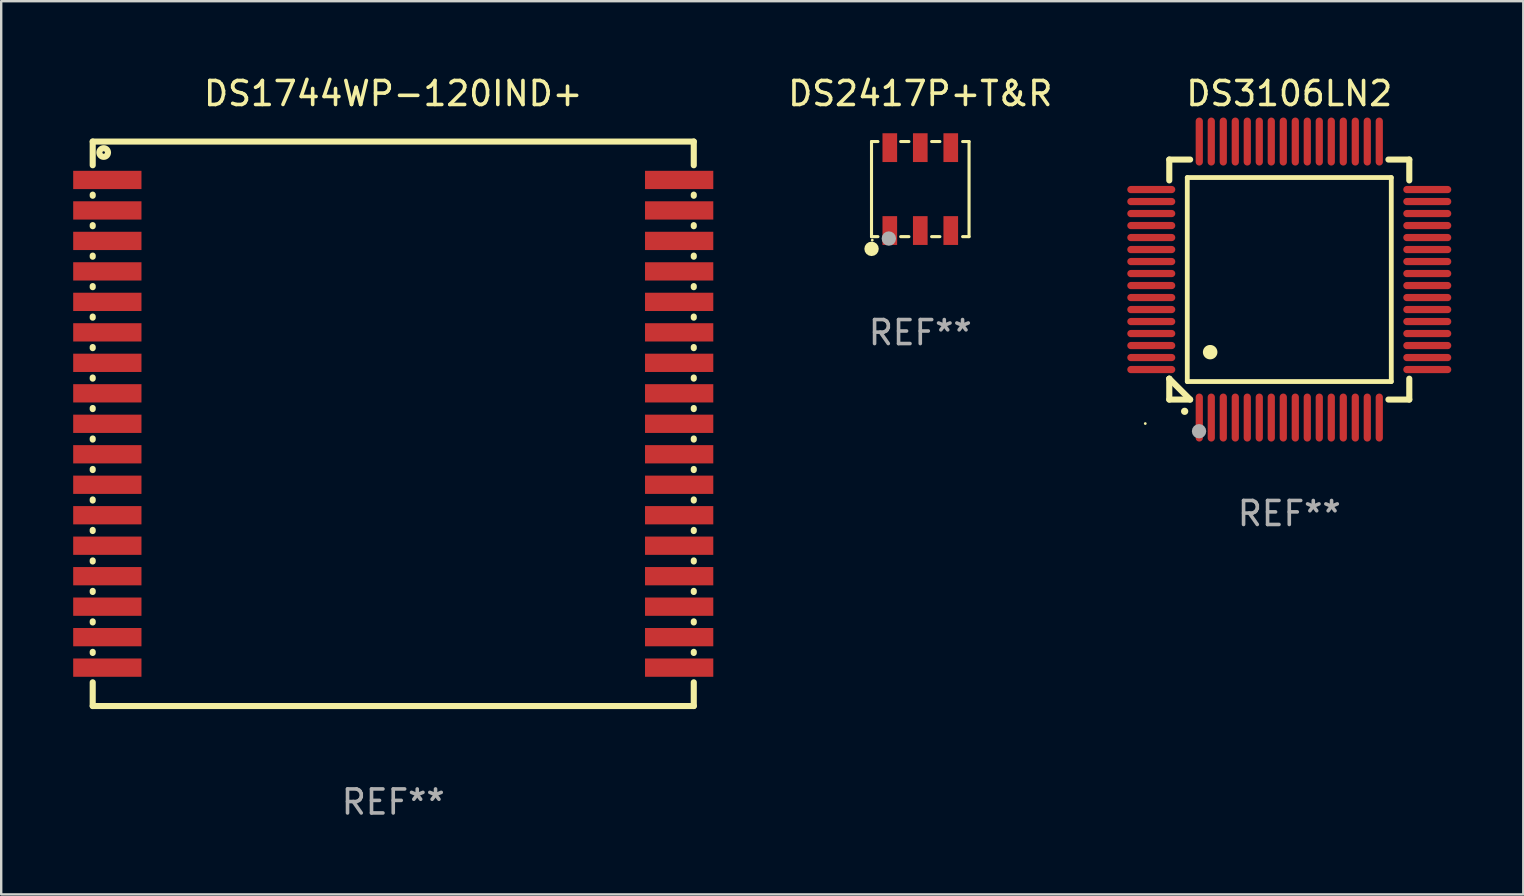
<source format=kicad_pcb>
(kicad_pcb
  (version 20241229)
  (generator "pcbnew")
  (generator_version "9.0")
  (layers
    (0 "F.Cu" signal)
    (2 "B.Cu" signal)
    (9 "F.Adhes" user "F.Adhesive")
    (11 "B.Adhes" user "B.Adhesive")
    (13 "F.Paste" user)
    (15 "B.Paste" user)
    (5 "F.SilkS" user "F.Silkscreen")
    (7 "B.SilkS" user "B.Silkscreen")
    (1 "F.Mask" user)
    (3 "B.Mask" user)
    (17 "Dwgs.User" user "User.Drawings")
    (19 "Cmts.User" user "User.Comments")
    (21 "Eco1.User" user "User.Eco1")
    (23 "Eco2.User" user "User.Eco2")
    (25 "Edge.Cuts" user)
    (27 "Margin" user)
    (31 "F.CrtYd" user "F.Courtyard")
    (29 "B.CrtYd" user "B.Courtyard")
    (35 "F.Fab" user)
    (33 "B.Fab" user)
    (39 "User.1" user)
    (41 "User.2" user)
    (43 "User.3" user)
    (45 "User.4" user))
  (footprint "DS2417P+T&R"
    (layer "F.Cu")
    (at 35.295 4.829)
    (property "Reference" "DS2417P+T&R" (at 0 -3.981 0) (layer "F.SilkS") (effects (font (size 1 1) (thickness 0.15))))
    (attr through_hole)
    (fp_line (start -2.032 -1.981) (end -2.032 1.981) (stroke (width 0.129) (type solid)) (layer "F.SilkS"))
    (fp_line (start -1.764 -1.981) (end -2.032 -1.981) (stroke (width 0.129) (type solid)) (layer "F.SilkS"))
    (fp_line (start -1.764 1.981) (end -2.032 1.981) (stroke (width 0.129) (type solid)) (layer "F.SilkS"))
    (fp_line (start -0.473 -1.981) (end -0.817 -1.981) (stroke (width 0.129) (type solid)) (layer "F.SilkS"))
    (fp_line (start -0.473 1.981) (end -0.817 1.981) (stroke (width 0.129) (type solid)) (layer "F.SilkS"))
    (fp_line (start 0.817 -1.981) (end 0.473 -1.981) (stroke (width 0.129) (type solid)) (layer "F.SilkS"))
    (fp_line (start 0.817 1.981) (end 0.473 1.981) (stroke (width 0.129) (type solid)) (layer "F.SilkS"))
    (fp_line (start 2.032 -1.981) (end 1.764 -1.981) (stroke (width 0.129) (type solid)) (layer "F.SilkS"))
    (fp_line (start 2.032 1.981) (end 1.764 1.981) (stroke (width 0.129) (type solid)) (layer "F.SilkS"))
    (fp_line (start 2.032 1.981) (end 2.032 -1.981) (stroke (width 0.129) (type solid)) (layer "F.SilkS"))
    (fp_circle (center -2.03 2.49) (end -1.88 2.49) (stroke (width 0.3) (type solid)) (fill no) (layer "F.SilkS"))
    (fp_circle (center -2 2.127) (end -1.97 2.127) (stroke (width 0.06) (type solid)) (fill no) (layer "F.SilkS"))
    (fp_circle (center -1.31 2.06) (end -1.16 2.06) (stroke (width 0.3) (type solid)) (fill no) (layer "F.Fab"))
    (fp_text user "REF**" (at 0 5.981 0) (layer "F.Fab") (effects (font (size 1 1) (thickness 0.15))))
    (pad "1" smd rect (at -1.27 1.727) (size 0.61 1.2) (layers "F.Cu" "F.Mask" "F.Paste"))
    (pad "2" smd rect (at 0 1.727) (size 0.61 1.2) (layers "F.Cu" "F.Mask" "F.Paste"))
    (pad "3" smd rect (at 1.27 1.727) (size 0.61 1.2) (layers "F.Cu" "F.Mask" "F.Paste"))
    (pad "4" smd rect (at 1.27 -1.727) (size 0.61 1.2) (layers "F.Cu" "F.Mask" "F.Paste"))
    (pad "5" smd rect (at 0 -1.727) (size 0.61 1.2) (layers "F.Cu" "F.Mask" "F.Paste"))
    (pad "6" smd rect (at -1.27 -1.727) (size 0.61 1.2) (layers "F.Cu" "F.Mask" "F.Paste")))
  (footprint "DS3106LN2"
    (layer "F.Cu")
    (at 50.67 8.598)
    (property "Reference" "DS3106LN2" (at 0 -7.75 0) (layer "F.SilkS") (effects (font (size 1 1) (thickness 0.15))))
    (attr through_hole)
    (fp_line (start -5 -5) (end -4.131 -5) (stroke (width 0.254) (type solid)) (layer "F.SilkS"))
    (fp_line (start -5 -4.131) (end -5 -5) (stroke (width 0.254) (type solid)) (layer "F.SilkS"))
    (fp_line (start -5 4.131) (end -5 4.131) (stroke (width 0.254) (type solid)) (layer "F.SilkS"))
    (fp_line (start -5 5) (end -5 4.131) (stroke (width 0.254) (type solid)) (layer "F.SilkS"))
    (fp_line (start -5 4.131) (end -4.131 5) (stroke (width 0.254) (type solid)) (layer "F.SilkS"))
    (fp_line (start -4.25 -4.25) (end -4.25 4.25) (stroke (width 0.2) (type solid)) (layer "F.SilkS"))
    (fp_line (start -4.25 4.25) (end 4.25 4.25) (stroke (width 0.2) (type solid)) (layer "F.SilkS"))
    (fp_line (start -4.131 5) (end -5 5) (stroke (width 0.254) (type solid)) (layer "F.SilkS"))
    (fp_line (start 4.25 -4.25) (end -4.25 -4.25) (stroke (width 0.2) (type solid)) (layer "F.SilkS"))
    (fp_line (start 4.25 4.25) (end 4.25 -4.25) (stroke (width 0.2) (type solid)) (layer "F.SilkS"))
    (fp_line (start 5 -5) (end 4.131 -5) (stroke (width 0.254) (type solid)) (layer "F.SilkS"))
    (fp_line (start 5 -5) (end 5 -4.131) (stroke (width 0.254) (type solid)) (layer "F.SilkS"))
    (fp_line (start 5 4.131) (end 5 5) (stroke (width 0.254) (type solid)) (layer "F.SilkS"))
    (fp_line (start 5 5) (end 4.131 5) (stroke (width 0.254) (type solid)) (layer "F.SilkS"))
    (fp_arc (start -4.361265 5.489992) (mid -4.359995 5.489987) (end -4.358725 5.489992) (stroke (width 0.3) (type solid)) (layer "F.SilkS"))
    (fp_arc (start -3.299467 3.025146) (mid -3.296927 3.025135) (end -3.294387 3.025146) (stroke (width 0.6) (type solid)) (layer "F.SilkS"))
    (fp_circle (center -6 6) (end -5.97 6) (stroke (width 0.06) (type solid)) (fill no) (layer "F.SilkS"))
    (fp_circle (center -3.76 6.32) (end -3.61 6.32) (stroke (width 0.3) (type solid)) (fill no) (layer "F.Fab"))
    (fp_text user "REF**" (at 0 9.75 0) (layer "F.Fab") (effects (font (size 1 1) (thickness 0.15))))
    (pad "1" smd oval (at -3.75 5.75) (size 0.3 2) (layers "F.Cu" "F.Mask" "F.Paste"))
    (pad "2" smd oval (at -3.25 5.75) (size 0.3 2) (layers "F.Cu" "F.Mask" "F.Paste"))
    (pad "3" smd oval (at -2.75 5.75) (size 0.3 2) (layers "F.Cu" "F.Mask" "F.Paste"))
    (pad "4" smd oval (at -2.25 5.75) (size 0.3 2) (layers "F.Cu" "F.Mask" "F.Paste"))
    (pad "5" smd oval (at -1.75 5.75) (size 0.3 2) (layers "F.Cu" "F.Mask" "F.Paste"))
    (pad "6" smd oval (at -1.25 5.75) (size 0.3 2) (layers "F.Cu" "F.Mask" "F.Paste"))
    (pad "7" smd oval (at -0.75 5.75) (size 0.3 2) (layers "F.Cu" "F.Mask" "F.Paste"))
    (pad "8" smd oval (at -0.25 5.75) (size 0.3 2) (layers "F.Cu" "F.Mask" "F.Paste"))
    (pad "9" smd oval (at 0.25 5.75) (size 0.3 2) (layers "F.Cu" "F.Mask" "F.Paste"))
    (pad "10" smd oval (at 0.75 5.75) (size 0.3 2) (layers "F.Cu" "F.Mask" "F.Paste"))
    (pad "11" smd oval (at 1.25 5.75) (size 0.3 2) (layers "F.Cu" "F.Mask" "F.Paste"))
    (pad "12" smd oval (at 1.75 5.75) (size 0.3 2) (layers "F.Cu" "F.Mask" "F.Paste"))
    (pad "13" smd oval (at 2.25 5.75) (size 0.3 2) (layers "F.Cu" "F.Mask" "F.Paste"))
    (pad "14" smd oval (at 2.75 5.75) (size 0.3 2) (layers "F.Cu" "F.Mask" "F.Paste"))
    (pad "15" smd oval (at 3.25 5.75) (size 0.3 2) (layers "F.Cu" "F.Mask" "F.Paste"))
    (pad "16" smd oval (at 3.75 5.75) (size 0.3 2) (layers "F.Cu" "F.Mask" "F.Paste"))
    (pad "17" smd oval (at 5.75 3.75) (size 2 0.3) (layers "F.Cu" "F.Mask" "F.Paste"))
    (pad "18" smd oval (at 5.75 3.25) (size 2 0.3) (layers "F.Cu" "F.Mask" "F.Paste"))
    (pad "19" smd oval (at 5.75 2.75) (size 2 0.3) (layers "F.Cu" "F.Mask" "F.Paste"))
    (pad "20" smd oval (at 5.75 2.25) (size 2 0.3) (layers "F.Cu" "F.Mask" "F.Paste"))
    (pad "21" smd oval (at 5.75 1.75) (size 2 0.3) (layers "F.Cu" "F.Mask" "F.Paste"))
    (pad "22" smd oval (at 5.75 1.25) (size 2 0.3) (layers "F.Cu" "F.Mask" "F.Paste"))
    (pad "23" smd oval (at 5.75 0.75) (size 2 0.3) (layers "F.Cu" "F.Mask" "F.Paste"))
    (pad "24" smd oval (at 5.75 0.25) (size 2 0.3) (layers "F.Cu" "F.Mask" "F.Paste"))
    (pad "25" smd oval (at 5.75 -0.25) (size 2 0.3) (layers "F.Cu" "F.Mask" "F.Paste"))
    (pad "26" smd oval (at 5.75 -0.75) (size 2 0.3) (layers "F.Cu" "F.Mask" "F.Paste"))
    (pad "27" smd oval (at 5.75 -1.25) (size 2 0.3) (layers "F.Cu" "F.Mask" "F.Paste"))
    (pad "28" smd oval (at 5.75 -1.75) (size 2 0.3) (layers "F.Cu" "F.Mask" "F.Paste"))
    (pad "29" smd oval (at 5.75 -2.25) (size 2 0.3) (layers "F.Cu" "F.Mask" "F.Paste"))
    (pad "30" smd oval (at 5.75 -2.75) (size 2 0.3) (layers "F.Cu" "F.Mask" "F.Paste"))
    (pad "31" smd oval (at 5.75 -3.25) (size 2 0.3) (layers "F.Cu" "F.Mask" "F.Paste"))
    (pad "32" smd oval (at 5.75 -3.75) (size 2 0.3) (layers "F.Cu" "F.Mask" "F.Paste"))
    (pad "33" smd oval (at 3.75 -5.75) (size 0.3 2) (layers "F.Cu" "F.Mask" "F.Paste"))
    (pad "34" smd oval (at 3.25 -5.75) (size 0.3 2) (layers "F.Cu" "F.Mask" "F.Paste"))
    (pad "35" smd oval (at 2.75 -5.75) (size 0.3 2) (layers "F.Cu" "F.Mask" "F.Paste"))
    (pad "36" smd oval (at 2.25 -5.75) (size 0.3 2) (layers "F.Cu" "F.Mask" "F.Paste"))
    (pad "37" smd oval (at 1.75 -5.75) (size 0.3 2) (layers "F.Cu" "F.Mask" "F.Paste"))
    (pad "38" smd oval (at 1.25 -5.75) (size 0.3 2) (layers "F.Cu" "F.Mask" "F.Paste"))
    (pad "39" smd oval (at 0.75 -5.75) (size 0.3 2) (layers "F.Cu" "F.Mask" "F.Paste"))
    (pad "40" smd oval (at 0.25 -5.75) (size 0.3 2) (layers "F.Cu" "F.Mask" "F.Paste"))
    (pad "41" smd oval (at -0.25 -5.75) (size 0.3 2) (layers "F.Cu" "F.Mask" "F.Paste"))
    (pad "42" smd oval (at -0.75 -5.75) (size 0.3 2) (layers "F.Cu" "F.Mask" "F.Paste"))
    (pad "43" smd oval (at -1.25 -5.75) (size 0.3 2) (layers "F.Cu" "F.Mask" "F.Paste"))
    (pad "44" smd oval (at -1.75 -5.75) (size 0.3 2) (layers "F.Cu" "F.Mask" "F.Paste"))
    (pad "45" smd oval (at -2.25 -5.75) (size 0.3 2) (layers "F.Cu" "F.Mask" "F.Paste"))
    (pad "46" smd oval (at -2.75 -5.75) (size 0.3 2) (layers "F.Cu" "F.Mask" "F.Paste"))
    (pad "47" smd oval (at -3.25 -5.75) (size 0.3 2) (layers "F.Cu" "F.Mask" "F.Paste"))
    (pad "48" smd oval (at -3.75 -5.75) (size 0.3 2) (layers "F.Cu" "F.Mask" "F.Paste"))
    (pad "49" smd oval (at -5.75 -3.75) (size 2 0.3) (layers "F.Cu" "F.Mask" "F.Paste"))
    (pad "50" smd oval (at -5.75 -3.25) (size 2 0.3) (layers "F.Cu" "F.Mask" "F.Paste"))
    (pad "51" smd oval (at -5.75 -2.75) (size 2 0.3) (layers "F.Cu" "F.Mask" "F.Paste"))
    (pad "52" smd oval (at -5.75 -2.25) (size 2 0.3) (layers "F.Cu" "F.Mask" "F.Paste"))
    (pad "53" smd oval (at -5.75 -1.75) (size 2 0.3) (layers "F.Cu" "F.Mask" "F.Paste"))
    (pad "54" smd oval (at -5.75 -1.25) (size 2 0.3) (layers "F.Cu" "F.Mask" "F.Paste"))
    (pad "55" smd oval (at -5.75 -0.75) (size 2 0.3) (layers "F.Cu" "F.Mask" "F.Paste"))
    (pad "56" smd oval (at -5.75 -0.25) (size 2 0.3) (layers "F.Cu" "F.Mask" "F.Paste"))
    (pad "57" smd oval (at -5.75 0.25) (size 2 0.3) (layers "F.Cu" "F.Mask" "F.Paste"))
    (pad "58" smd oval (at -5.75 0.75) (size 2 0.3) (layers "F.Cu" "F.Mask" "F.Paste"))
    (pad "59" smd oval (at -5.75 1.25) (size 2 0.3) (layers "F.Cu" "F.Mask" "F.Paste"))
    (pad "60" smd oval (at -5.75 1.75) (size 2 0.3) (layers "F.Cu" "F.Mask" "F.Paste"))
    (pad "61" smd oval (at -5.75 2.25) (size 2 0.3) (layers "F.Cu" "F.Mask" "F.Paste"))
    (pad "62" smd oval (at -5.75 2.75) (size 2 0.3) (layers "F.Cu" "F.Mask" "F.Paste"))
    (pad "63" smd oval (at -5.75 3.25) (size 2 0.3) (layers "F.Cu" "F.Mask" "F.Paste"))
    (pad "64" smd oval (at -5.75 3.75) (size 2 0.3) (layers "F.Cu" "F.Mask" "F.Paste")))
  (footprint "DS1744WP-120IND+"
    (layer "F.Cu")
    (at 13.335 14.608)
    (property "Reference" "DS1744WP-120IND+" (at 0 -13.76 0) (layer "F.SilkS") (effects (font (size 1 1) (thickness 0.15))))
    (attr through_hole)
    (fp_line (start -12.522 -11.76) (end -12.522 -10.772) (stroke (width 0.254) (type solid)) (layer "F.SilkS"))
    (fp_line (start -12.522 -11.76) (end 12.522 -11.76) (stroke (width 0.254) (type solid)) (layer "F.SilkS"))
    (fp_line (start -12.522 -9.548) (end -12.522 -9.502) (stroke (width 0.254) (type solid)) (layer "F.SilkS"))
    (fp_line (start -12.522 -8.278) (end -12.522 -8.232) (stroke (width 0.254) (type solid)) (layer "F.SilkS"))
    (fp_line (start -12.522 -7.008) (end -12.522 -6.962) (stroke (width 0.254) (type solid)) (layer "F.SilkS"))
    (fp_line (start -12.522 -5.738) (end -12.522 -5.692) (stroke (width 0.254) (type solid)) (layer "F.SilkS"))
    (fp_line (start -12.522 -4.468) (end -12.522 -4.422) (stroke (width 0.254) (type solid)) (layer "F.SilkS"))
    (fp_line (start -12.522 -3.198) (end -12.522 -3.152) (stroke (width 0.254) (type solid)) (layer "F.SilkS"))
    (fp_line (start -12.522 -1.928) (end -12.522 -1.882) (stroke (width 0.254) (type solid)) (layer "F.SilkS"))
    (fp_line (start -12.522 -0.658) (end -12.522 -0.612) (stroke (width 0.254) (type solid)) (layer "F.SilkS"))
    (fp_line (start -12.522 0.612) (end -12.522 0.658) (stroke (width 0.254) (type solid)) (layer "F.SilkS"))
    (fp_line (start -12.522 1.882) (end -12.522 1.928) (stroke (width 0.254) (type solid)) (layer "F.SilkS"))
    (fp_line (start -12.522 3.152) (end -12.522 3.198) (stroke (width 0.254) (type solid)) (layer "F.SilkS"))
    (fp_line (start -12.522 4.422) (end -12.522 4.468) (stroke (width 0.254) (type solid)) (layer "F.SilkS"))
    (fp_line (start -12.522 5.692) (end -12.522 5.738) (stroke (width 0.254) (type solid)) (layer "F.SilkS"))
    (fp_line (start -12.522 6.962) (end -12.522 7.008) (stroke (width 0.254) (type solid)) (layer "F.SilkS"))
    (fp_line (start -12.522 8.232) (end -12.522 8.278) (stroke (width 0.254) (type solid)) (layer "F.SilkS"))
    (fp_line (start -12.522 9.502) (end -12.522 9.548) (stroke (width 0.254) (type solid)) (layer "F.SilkS"))
    (fp_line (start -12.522 10.772) (end -12.522 11.76) (stroke (width 0.254) (type solid)) (layer "F.SilkS"))
    (fp_line (start -12.522 11.76) (end 12.522 11.76) (stroke (width 0.254) (type solid)) (layer "F.SilkS"))
    (fp_line (start 12.522 -11.76) (end 12.522 -10.772) (stroke (width 0.254) (type solid)) (layer "F.SilkS"))
    (fp_line (start 12.522 -9.548) (end 12.522 -9.502) (stroke (width 0.254) (type solid)) (layer "F.SilkS"))
    (fp_line (start 12.522 -8.278) (end 12.522 -8.232) (stroke (width 0.254) (type solid)) (layer "F.SilkS"))
    (fp_line (start 12.522 -7.008) (end 12.522 -6.962) (stroke (width 0.254) (type solid)) (layer "F.SilkS"))
    (fp_line (start 12.522 -5.738) (end 12.522 -5.692) (stroke (width 0.254) (type solid)) (layer "F.SilkS"))
    (fp_line (start 12.522 -4.468) (end 12.522 -4.422) (stroke (width 0.254) (type solid)) (layer "F.SilkS"))
    (fp_line (start 12.522 -3.198) (end 12.522 -3.152) (stroke (width 0.254) (type solid)) (layer "F.SilkS"))
    (fp_line (start 12.522 -1.928) (end 12.522 -1.882) (stroke (width 0.254) (type solid)) (layer "F.SilkS"))
    (fp_line (start 12.522 -0.658) (end 12.522 -0.612) (stroke (width 0.254) (type solid)) (layer "F.SilkS"))
    (fp_line (start 12.522 0.612) (end 12.522 0.658) (stroke (width 0.254) (type solid)) (layer "F.SilkS"))
    (fp_line (start 12.522 1.882) (end 12.522 1.928) (stroke (width 0.254) (type solid)) (layer "F.SilkS"))
    (fp_line (start 12.522 3.152) (end 12.522 3.198) (stroke (width 0.254) (type solid)) (layer "F.SilkS"))
    (fp_line (start 12.522 4.422) (end 12.522 4.468) (stroke (width 0.254) (type solid)) (layer "F.SilkS"))
    (fp_line (start 12.522 5.692) (end 12.522 5.738) (stroke (width 0.254) (type solid)) (layer "F.SilkS"))
    (fp_line (start 12.522 6.962) (end 12.522 7.008) (stroke (width 0.254) (type solid)) (layer "F.SilkS"))
    (fp_line (start 12.522 8.232) (end 12.522 8.278) (stroke (width 0.254) (type solid)) (layer "F.SilkS"))
    (fp_line (start 12.522 9.502) (end 12.522 9.548) (stroke (width 0.254) (type solid)) (layer "F.SilkS"))
    (fp_line (start 12.522 10.772) (end 12.522 11.76) (stroke (width 0.254) (type solid)) (layer "F.SilkS"))
    (fp_circle (center -12.065 -11.303) (end -11.885 -11.303) (stroke (width 0.254) (type solid)) (fill no) (layer "F.SilkS"))
    (fp_text user "REF**" (at 0 15.76 0) (layer "F.Fab") (effects (font (size 1 1) (thickness 0.15))))
    (pad "1" smd rect (at -11.913 -10.16) (size 2.845 0.762) (layers "F.Cu" "F.Mask" "F.Paste"))
    (pad "2" smd rect (at -11.913 -8.89) (size 2.845 0.762) (layers "F.Cu" "F.Mask" "F.Paste"))
    (pad "3" smd rect (at -11.913 -7.62) (size 2.845 0.762) (layers "F.Cu" "F.Mask" "F.Paste"))
    (pad "4" smd rect (at -11.913 -6.35) (size 2.845 0.762) (layers "F.Cu" "F.Mask" "F.Paste"))
    (pad "5" smd rect (at -11.913 -5.08) (size 2.845 0.762) (layers "F.Cu" "F.Mask" "F.Paste"))
    (pad "6" smd rect (at -11.913 -3.81) (size 2.845 0.762) (layers "F.Cu" "F.Mask" "F.Paste"))
    (pad "7" smd rect (at -11.913 -2.54) (size 2.845 0.762) (layers "F.Cu" "F.Mask" "F.Paste"))
    (pad "8" smd rect (at -11.913 -1.27) (size 2.845 0.762) (layers "F.Cu" "F.Mask" "F.Paste"))
    (pad "9" smd rect (at -11.913 0) (size 2.845 0.762) (layers "F.Cu" "F.Mask" "F.Paste"))
    (pad "10" smd rect (at -11.913 1.27) (size 2.845 0.762) (layers "F.Cu" "F.Mask" "F.Paste"))
    (pad "11" smd rect (at -11.913 2.54) (size 2.845 0.762) (layers "F.Cu" "F.Mask" "F.Paste"))
    (pad "12" smd rect (at -11.913 3.81) (size 2.845 0.762) (layers "F.Cu" "F.Mask" "F.Paste"))
    (pad "13" smd rect (at -11.913 5.08) (size 2.845 0.762) (layers "F.Cu" "F.Mask" "F.Paste"))
    (pad "14" smd rect (at -11.913 6.35) (size 2.845 0.762) (layers "F.Cu" "F.Mask" "F.Paste"))
    (pad "15" smd rect (at -11.913 7.62) (size 2.845 0.762) (layers "F.Cu" "F.Mask" "F.Paste"))
    (pad "16" smd rect (at -11.913 8.89) (size 2.845 0.762) (layers "F.Cu" "F.Mask" "F.Paste"))
    (pad "17" smd rect (at -11.913 10.16) (size 2.845 0.762) (layers "F.Cu" "F.Mask" "F.Paste"))
    (pad "18" smd rect (at 11.913 10.16) (size 2.845 0.762) (layers "F.Cu" "F.Mask" "F.Paste"))
    (pad "19" smd rect (at 11.913 8.89) (size 2.845 0.762) (layers "F.Cu" "F.Mask" "F.Paste"))
    (pad "20" smd rect (at 11.913 7.62) (size 2.845 0.762) (layers "F.Cu" "F.Mask" "F.Paste"))
    (pad "21" smd rect (at 11.913 6.35) (size 2.845 0.762) (layers "F.Cu" "F.Mask" "F.Paste"))
    (pad "22" smd rect (at 11.913 5.08) (size 2.845 0.762) (layers "F.Cu" "F.Mask" "F.Paste"))
    (pad "23" smd rect (at 11.913 3.81) (size 2.845 0.762) (layers "F.Cu" "F.Mask" "F.Paste"))
    (pad "24" smd rect (at 11.913 2.54) (size 2.845 0.762) (layers "F.Cu" "F.Mask" "F.Paste"))
    (pad "25" smd rect (at 11.913 1.27) (size 2.845 0.762) (layers "F.Cu" "F.Mask" "F.Paste"))
    (pad "26" smd rect (at 11.913 0) (size 2.845 0.762) (layers "F.Cu" "F.Mask" "F.Paste"))
    (pad "27" smd rect (at 11.913 -1.27) (size 2.845 0.762) (layers "F.Cu" "F.Mask" "F.Paste"))
    (pad "28" smd rect (at 11.913 -2.54) (size 2.845 0.762) (layers "F.Cu" "F.Mask" "F.Paste"))
    (pad "29" smd rect (at 11.913 -3.81) (size 2.845 0.762) (layers "F.Cu" "F.Mask" "F.Paste"))
    (pad "30" smd rect (at 11.913 -5.08) (size 2.845 0.762) (layers "F.Cu" "F.Mask" "F.Paste"))
    (pad "31" smd rect (at 11.913 -6.35) (size 2.845 0.762) (layers "F.Cu" "F.Mask" "F.Paste"))
    (pad "32" smd rect (at 11.913 -7.62) (size 2.845 0.762) (layers "F.Cu" "F.Mask" "F.Paste"))
    (pad "33" smd rect (at 11.913 -8.89) (size 2.845 0.762) (layers "F.Cu" "F.Mask" "F.Paste"))
    (pad "34" smd rect (at 11.913 -10.16) (size 2.845 0.762) (layers "F.Cu" "F.Mask" "F.Paste")))
  (gr_rect
    (start -3 -3)
    (end 60.42 34.217)
    (stroke (width 0.1) (type default))
    (fill no)
    (layer "Edge.Cuts")))
</source>
